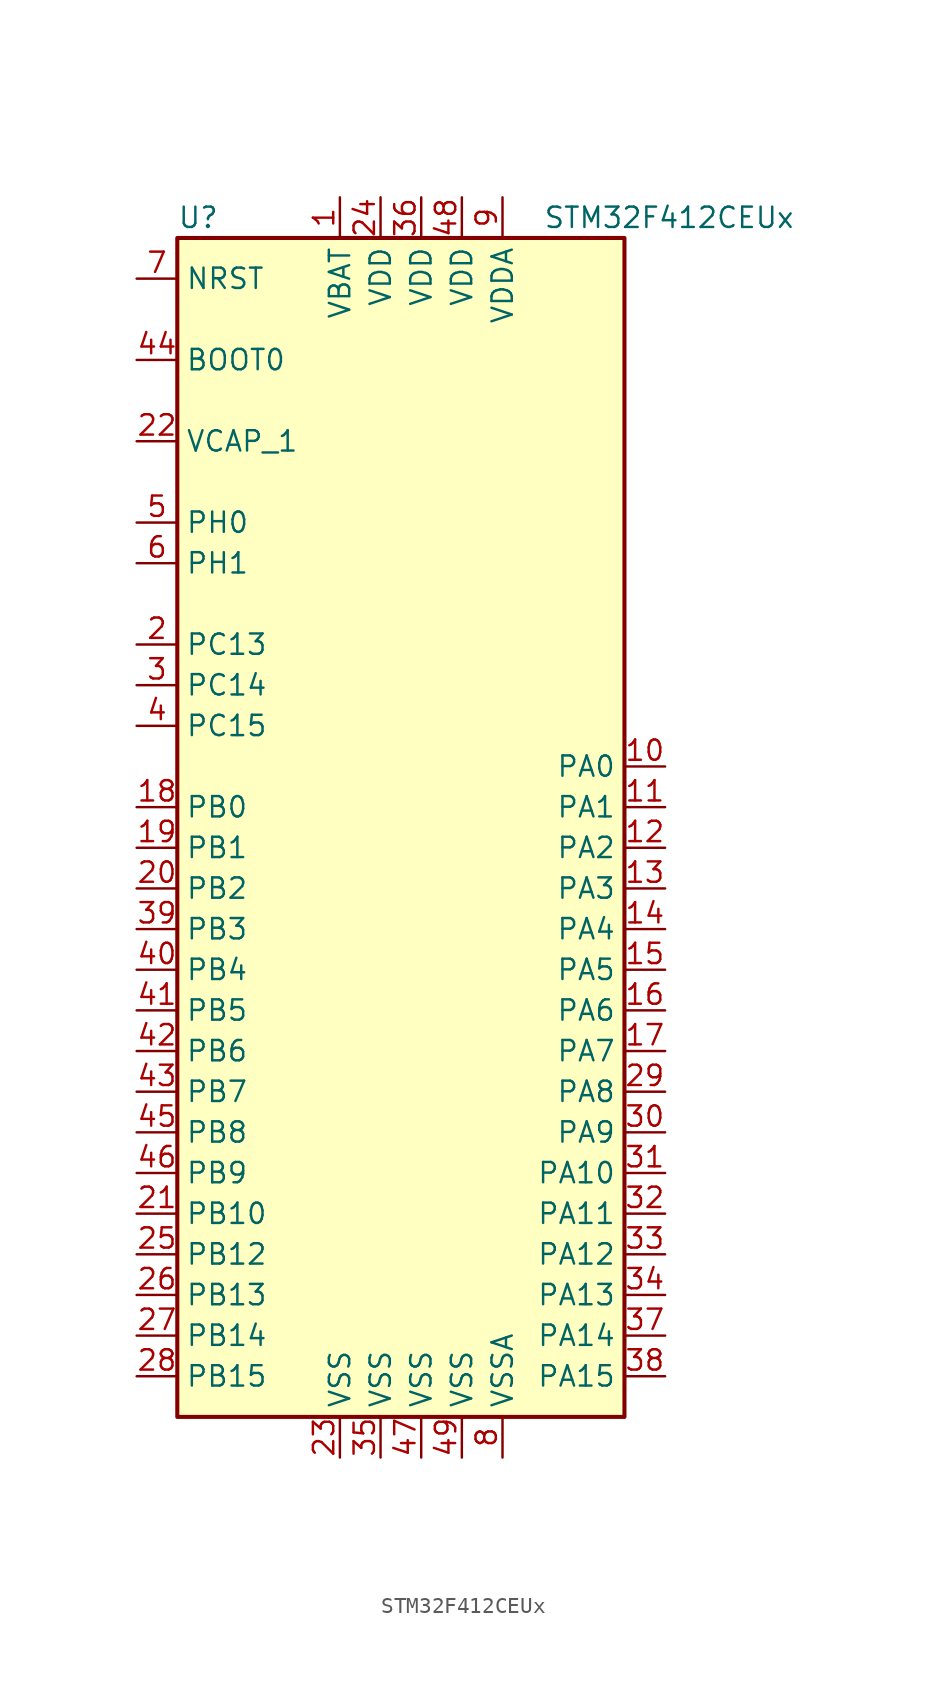
<source format=kicad_sym>
(kicad_symbol_lib
  (version 20220914)
  (generator kicad_symbol_editor)
  (symbol "STM32F412CEUx"
    (property "Reference" "U"
      (at -15.24 36.83 0)
      (effects (font (size 1.27 1.27)) (justify left)))
    (property "Value" "STM32F412CEUx"
      (at 7.62 36.83 0)
      (effects (font (size 1.27 1.27)) (justify left)))
    (symbol "STM32F412CEUx_0_1"
      (rectangle (start -15.24 -38.1) (end 12.7 35.56) (stroke (width 0.254) (type default)) (fill (type background))))
    (symbol "STM32F412CEUx_1_1"
      (pin power_in line (at -5.08 38.1 270) (length 2.54) (name "VBAT" (effects (font (size 1.27 1.27)))) (number "1" (effects (font (size 1.27 1.27)))))
      (pin bidirectional line (at 15.24 2.54 180) (length 2.54) (name "PA0" (effects (font (size 1.27 1.27)))) (number "10" (effects (font (size 1.27 1.27)))))
      (pin bidirectional line (at 15.24 0 180) (length 2.54) (name "PA1" (effects (font (size 1.27 1.27)))) (number "11" (effects (font (size 1.27 1.27)))))
      (pin bidirectional line (at 15.24 -2.54 180) (length 2.54) (name "PA2" (effects (font (size 1.27 1.27)))) (number "12" (effects (font (size 1.27 1.27)))))
      (pin bidirectional line (at 15.24 -5.08 180) (length 2.54) (name "PA3" (effects (font (size 1.27 1.27)))) (number "13" (effects (font (size 1.27 1.27)))))
      (pin bidirectional line (at 15.24 -7.62 180) (length 2.54) (name "PA4" (effects (font (size 1.27 1.27)))) (number "14" (effects (font (size 1.27 1.27)))))
      (pin bidirectional line (at 15.24 -10.16 180) (length 2.54) (name "PA5" (effects (font (size 1.27 1.27)))) (number "15" (effects (font (size 1.27 1.27)))))
      (pin bidirectional line (at 15.24 -12.7 180) (length 2.54) (name "PA6" (effects (font (size 1.27 1.27)))) (number "16" (effects (font (size 1.27 1.27)))))
      (pin bidirectional line (at 15.24 -15.24 180) (length 2.54) (name "PA7" (effects (font (size 1.27 1.27)))) (number "17" (effects (font (size 1.27 1.27)))))
      (pin bidirectional line (at -17.78 0 0) (length 2.54) (name "PB0" (effects (font (size 1.27 1.27)))) (number "18" (effects (font (size 1.27 1.27)))))
      (pin bidirectional line (at -17.78 -2.54 0) (length 2.54) (name "PB1" (effects (font (size 1.27 1.27)))) (number "19" (effects (font (size 1.27 1.27)))))
      (pin bidirectional line (at -17.78 10.16 0) (length 2.54) (name "PC13" (effects (font (size 1.27 1.27)))) (number "2" (effects (font (size 1.27 1.27)))))
      (pin bidirectional line (at -17.78 -5.08 0) (length 2.54) (name "PB2" (effects (font (size 1.27 1.27)))) (number "20" (effects (font (size 1.27 1.27)))))
      (pin bidirectional line (at -17.78 -25.4 0) (length 2.54) (name "PB10" (effects (font (size 1.27 1.27)))) (number "21" (effects (font (size 1.27 1.27)))))
      (pin power_in line (at -17.78 22.86 0) (length 2.54) (name "VCAP_1" (effects (font (size 1.27 1.27)))) (number "22" (effects (font (size 1.27 1.27)))))
      (pin power_in line (at -5.08 -40.64 90) (length 2.54) (name "VSS" (effects (font (size 1.27 1.27)))) (number "23" (effects (font (size 1.27 1.27)))))
      (pin power_in line (at -2.54 38.1 270) (length 2.54) (name "VDD" (effects (font (size 1.27 1.27)))) (number "24" (effects (font (size 1.27 1.27)))))
      (pin bidirectional line (at -17.78 -27.94 0) (length 2.54) (name "PB12" (effects (font (size 1.27 1.27)))) (number "25" (effects (font (size 1.27 1.27)))))
      (pin bidirectional line (at -17.78 -30.48 0) (length 2.54) (name "PB13" (effects (font (size 1.27 1.27)))) (number "26" (effects (font (size 1.27 1.27)))))
      (pin bidirectional line (at -17.78 -33.02 0) (length 2.54) (name "PB14" (effects (font (size 1.27 1.27)))) (number "27" (effects (font (size 1.27 1.27)))))
      (pin bidirectional line (at -17.78 -35.56 0) (length 2.54) (name "PB15" (effects (font (size 1.27 1.27)))) (number "28" (effects (font (size 1.27 1.27)))))
      (pin bidirectional line (at 15.24 -17.78 180) (length 2.54) (name "PA8" (effects (font (size 1.27 1.27)))) (number "29" (effects (font (size 1.27 1.27)))))
      (pin bidirectional line (at -17.78 7.62 0) (length 2.54) (name "PC14" (effects (font (size 1.27 1.27)))) (number "3" (effects (font (size 1.27 1.27)))))
      (pin bidirectional line (at 15.24 -20.32 180) (length 2.54) (name "PA9" (effects (font (size 1.27 1.27)))) (number "30" (effects (font (size 1.27 1.27)))))
      (pin bidirectional line (at 15.24 -22.86 180) (length 2.54) (name "PA10" (effects (font (size 1.27 1.27)))) (number "31" (effects (font (size 1.27 1.27)))))
      (pin bidirectional line (at 15.24 -25.4 180) (length 2.54) (name "PA11" (effects (font (size 1.27 1.27)))) (number "32" (effects (font (size 1.27 1.27)))))
      (pin bidirectional line (at 15.24 -27.94 180) (length 2.54) (name "PA12" (effects (font (size 1.27 1.27)))) (number "33" (effects (font (size 1.27 1.27)))))
      (pin bidirectional line (at 15.24 -30.48 180) (length 2.54) (name "PA13" (effects (font (size 1.27 1.27)))) (number "34" (effects (font (size 1.27 1.27)))))
      (pin power_in line (at -2.54 -40.64 90) (length 2.54) (name "VSS" (effects (font (size 1.27 1.27)))) (number "35" (effects (font (size 1.27 1.27)))))
      (pin power_in line (at 0 38.1 270) (length 2.54) (name "VDD" (effects (font (size 1.27 1.27)))) (number "36" (effects (font (size 1.27 1.27)))))
      (pin bidirectional line (at 15.24 -33.02 180) (length 2.54) (name "PA14" (effects (font (size 1.27 1.27)))) (number "37" (effects (font (size 1.27 1.27)))))
      (pin bidirectional line (at 15.24 -35.56 180) (length 2.54) (name "PA15" (effects (font (size 1.27 1.27)))) (number "38" (effects (font (size 1.27 1.27)))))
      (pin bidirectional line (at -17.78 -7.62 0) (length 2.54) (name "PB3" (effects (font (size 1.27 1.27)))) (number "39" (effects (font (size 1.27 1.27)))))
      (pin bidirectional line (at -17.78 5.08 0) (length 2.54) (name "PC15" (effects (font (size 1.27 1.27)))) (number "4" (effects (font (size 1.27 1.27)))))
      (pin bidirectional line (at -17.78 -10.16 0) (length 2.54) (name "PB4" (effects (font (size 1.27 1.27)))) (number "40" (effects (font (size 1.27 1.27)))))
      (pin bidirectional line (at -17.78 -12.7 0) (length 2.54) (name "PB5" (effects (font (size 1.27 1.27)))) (number "41" (effects (font (size 1.27 1.27)))))
      (pin bidirectional line (at -17.78 -15.24 0) (length 2.54) (name "PB6" (effects (font (size 1.27 1.27)))) (number "42" (effects (font (size 1.27 1.27)))))
      (pin bidirectional line (at -17.78 -17.78 0) (length 2.54) (name "PB7" (effects (font (size 1.27 1.27)))) (number "43" (effects (font (size 1.27 1.27)))))
      (pin input line (at -17.78 27.94 0) (length 2.54) (name "BOOT0" (effects (font (size 1.27 1.27)))) (number "44" (effects (font (size 1.27 1.27)))))
      (pin bidirectional line (at -17.78 -20.32 0) (length 2.54) (name "PB8" (effects (font (size 1.27 1.27)))) (number "45" (effects (font (size 1.27 1.27)))))
      (pin bidirectional line (at -17.78 -22.86 0) (length 2.54) (name "PB9" (effects (font (size 1.27 1.27)))) (number "46" (effects (font (size 1.27 1.27)))))
      (pin power_in line (at 0 -40.64 90) (length 2.54) (name "VSS" (effects (font (size 1.27 1.27)))) (number "47" (effects (font (size 1.27 1.27)))))
      (pin power_in line (at 2.54 38.1 270) (length 2.54) (name "VDD" (effects (font (size 1.27 1.27)))) (number "48" (effects (font (size 1.27 1.27)))))
      (pin power_in line (at 2.54 -40.64 90) (length 2.54) (name "VSS" (effects (font (size 1.27 1.27)))) (number "49" (effects (font (size 1.27 1.27)))))
      (pin input line (at -17.78 17.78 0) (length 2.54) (name "PH0" (effects (font (size 1.27 1.27)))) (number "5" (effects (font (size 1.27 1.27)))))
      (pin input line (at -17.78 15.24 0) (length 2.54) (name "PH1" (effects (font (size 1.27 1.27)))) (number "6" (effects (font (size 1.27 1.27)))))
      (pin input line (at -17.78 33.02 0) (length 2.54) (name "NRST" (effects (font (size 1.27 1.27)))) (number "7" (effects (font (size 1.27 1.27)))))
      (pin power_in line (at 5.08 -40.64 90) (length 2.54) (name "VSSA" (effects (font (size 1.27 1.27)))) (number "8" (effects (font (size 1.27 1.27)))))
      (pin power_in line (at 5.08 38.1 270) (length 2.54) (name "VDDA" (effects (font (size 1.27 1.27)))) (number "9" (effects (font (size 1.27 1.27))))))))
</source>
